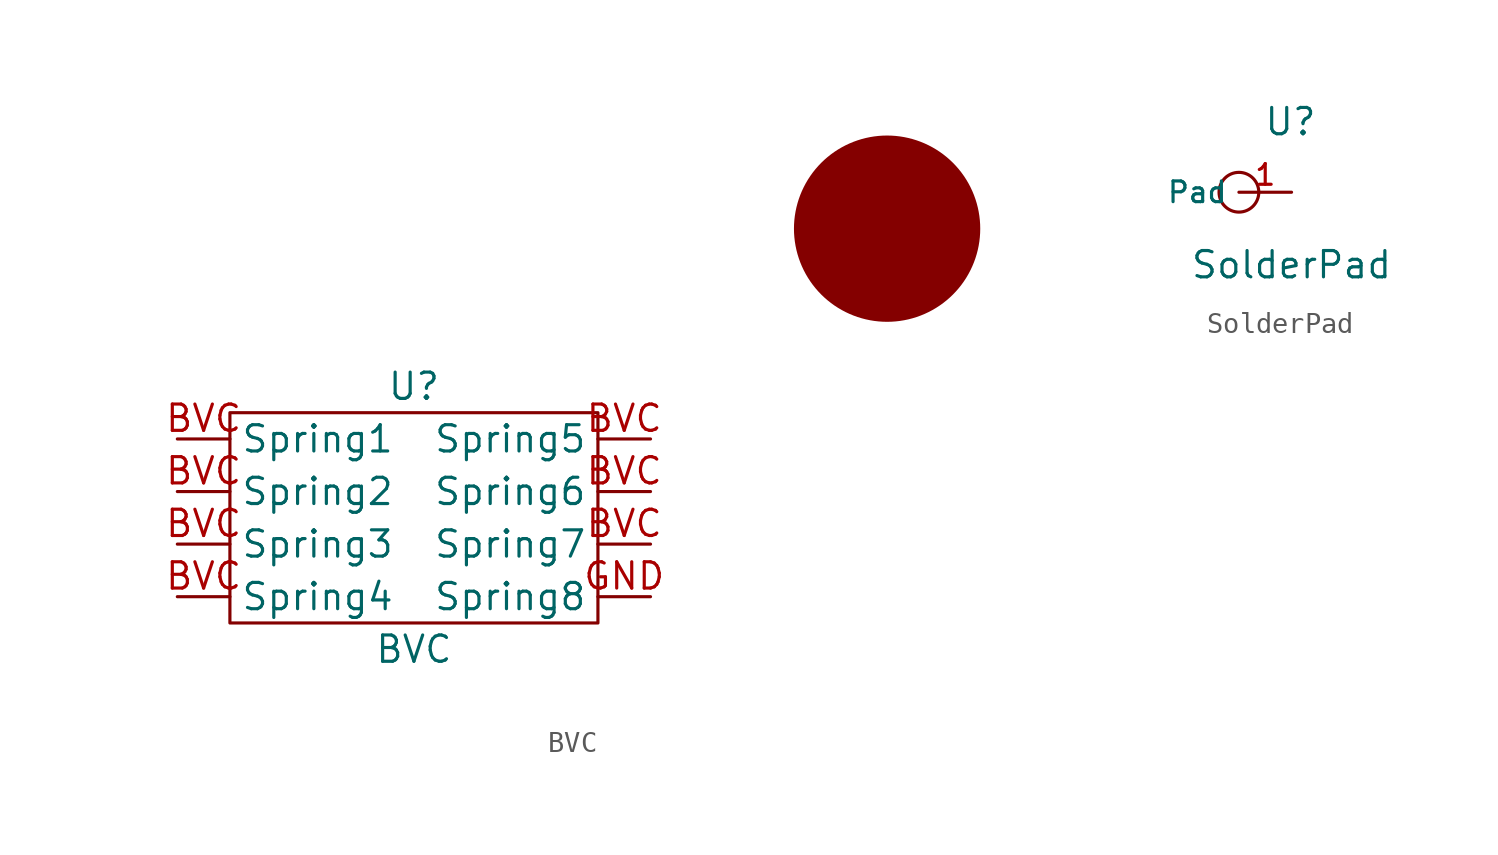
<source format=kicad_sym>
(kicad_symbol_lib
  (version 20211014)
  (generator kicad_symbol_editor)
  (symbol "BVC"
    (property "Reference" "U"
      (at 0 6.35 0)
      (effects (font (size 1.27 1.27))))
    (property "Value" "BVC"
      (at 0 -6.35 0)
      (effects (font (size 1.27 1.27))))
    (symbol "BVC_0_1"
      (rectangle (start -8.89 5.08) (end 8.89 -5.08) (stroke (width 0) (type default) (color 0 0 0 0)) (fill (type none)))
      (polyline (pts (xy 22.86 13.97) (xy 22.86 13.97)) (stroke (width 0) (type default) (color 0 0 0 0)) (fill (type none)))
      (polyline (pts (xy 22.86 13.97) (xy 22.86 13.97)) (stroke (width 0) (type default) (color 0 0 0 0)) (fill (type none)))
      (polyline (pts (xy 22.86 13.97) (xy 22.86 13.97)) (stroke (width 0) (type default) (color 0 0 0 0)) (fill (type none)))
      (polyline (pts (xy 22.86 13.97) (xy 22.86 13.97)) (stroke (width 0) (type default) (color 0 0 0 0)) (fill (type none)))
      (polyline (pts (xy 22.86 13.97) (xy 22.86 13.97)) (stroke (width 0) (type default) (color 0 0 0 0)) (fill (type none)))
      (polyline (pts (xy 22.86 13.97) (xy 22.86 13.97)) (stroke (width 0) (type default) (color 0 0 0 0)) (fill (type none)))
      (polyline (pts (xy 22.86 13.97) (xy 22.86 13.97)) (stroke (width 0) (type default) (color 0 0 0 0)) (fill (type none)))
      (polyline (pts (xy 22.86 13.97) (xy 22.86 13.97)) (stroke (width 0) (type default) (color 0 0 0 0)) (fill (type none)))
      (polyline (pts (xy 22.86 13.97) (xy 22.86 13.97)) (stroke (width 0) (type default) (color 0 0 0 0)) (fill (type none)))
      (polyline (pts (xy 22.86 13.97) (xy 22.86 13.97)) (stroke (width 0) (type default) (color 0 0 0 0)) (fill (type none)))
      (polyline (pts (xy 22.86 13.97) (xy 22.86 13.97)) (stroke (width 0) (type default) (color 0 0 0 0)) (fill (type none)))
      (polyline (pts (xy 22.86 13.97) (xy 22.86 13.97)) (stroke (width 0) (type default) (color 0 0 0 0)) (fill (type none)))
      (polyline (pts (xy 22.86 13.97) (xy 22.86 13.97)) (stroke (width 3) (type default) (color 0 0 0 0)) (fill (type none)))
      (polyline (pts (xy 22.86 13.97) (xy 22.86 13.97)) (stroke (width 9) (type default) (color 0 0 0 0)) (fill (type none)))
      (rectangle (start 22.86 13.97) (end 22.86 13.97) (stroke (width 0) (type default) (color 0 0 0 0)) (fill (type none)))
      (rectangle (start 26.67 13.97) (end 26.67 13.97) (stroke (width 0) (type default) (color 0 0 0 0)) (fill (type none))))
    (symbol "BVC_1_1"
      (pin input line (at -11.43 3.81 0) (length 2.54) (name "Spring1" (effects (font (size 1.27 1.27)))) (number "BVC" (effects (font (size 1.27 1.27)))))
      (pin input line (at -11.43 1.27 0) (length 2.54) (name "Spring2" (effects (font (size 1.27 1.27)))) (number "BVC" (effects (font (size 1.27 1.27)))))
      (pin input line (at -11.43 -1.27 0) (length 2.54) (name "Spring3" (effects (font (size 1.27 1.27)))) (number "BVC" (effects (font (size 1.27 1.27)))))
      (pin input line (at -11.43 -3.81 0) (length 2.54) (name "Spring4" (effects (font (size 1.27 1.27)))) (number "BVC" (effects (font (size 1.27 1.27)))))
      (pin input line (at 11.43 3.81 180) (length 2.54) (name "Spring5" (effects (font (size 1.27 1.27)))) (number "BVC" (effects (font (size 1.27 1.27)))))
      (pin input line (at 11.43 1.27 180) (length 2.54) (name "Spring6" (effects (font (size 1.27 1.27)))) (number "BVC" (effects (font (size 1.27 1.27)))))
      (pin input line (at 11.43 -1.27 180) (length 2.54) (name "Spring7" (effects (font (size 1.27 1.27)))) (number "BVC" (effects (font (size 1.27 1.27)))))
      (pin input line (at 11.43 -3.81 180) (length 2.54) (name "Spring8" (effects (font (size 1.27 1.27)))) (number "GND" (effects (font (size 1.27 1.27)))))))
  (symbol "SolderPad"
    (property "Reference" "U"
      (at -0.051 3.404 0)
      (effects (font (size 1.27 1.27))))
    (property "Value" "SolderPad"
      (at 0 -3.505 0)
      (effects (font (size 1.27 1.27))))
    (symbol "SolderPad_0_1"
      (circle (center -2.54 0) (radius 0.959) (stroke (width 0) (type default) (color 0 0 0 0)) (fill (type none))))
    (symbol "SolderPad_1_1"
      (pin input line (at 0 0 180) (length 2.54) (name "Pad" (effects (font (size 1 1)))) (number "1" (effects (font (size 1 1))))))))
</source>
